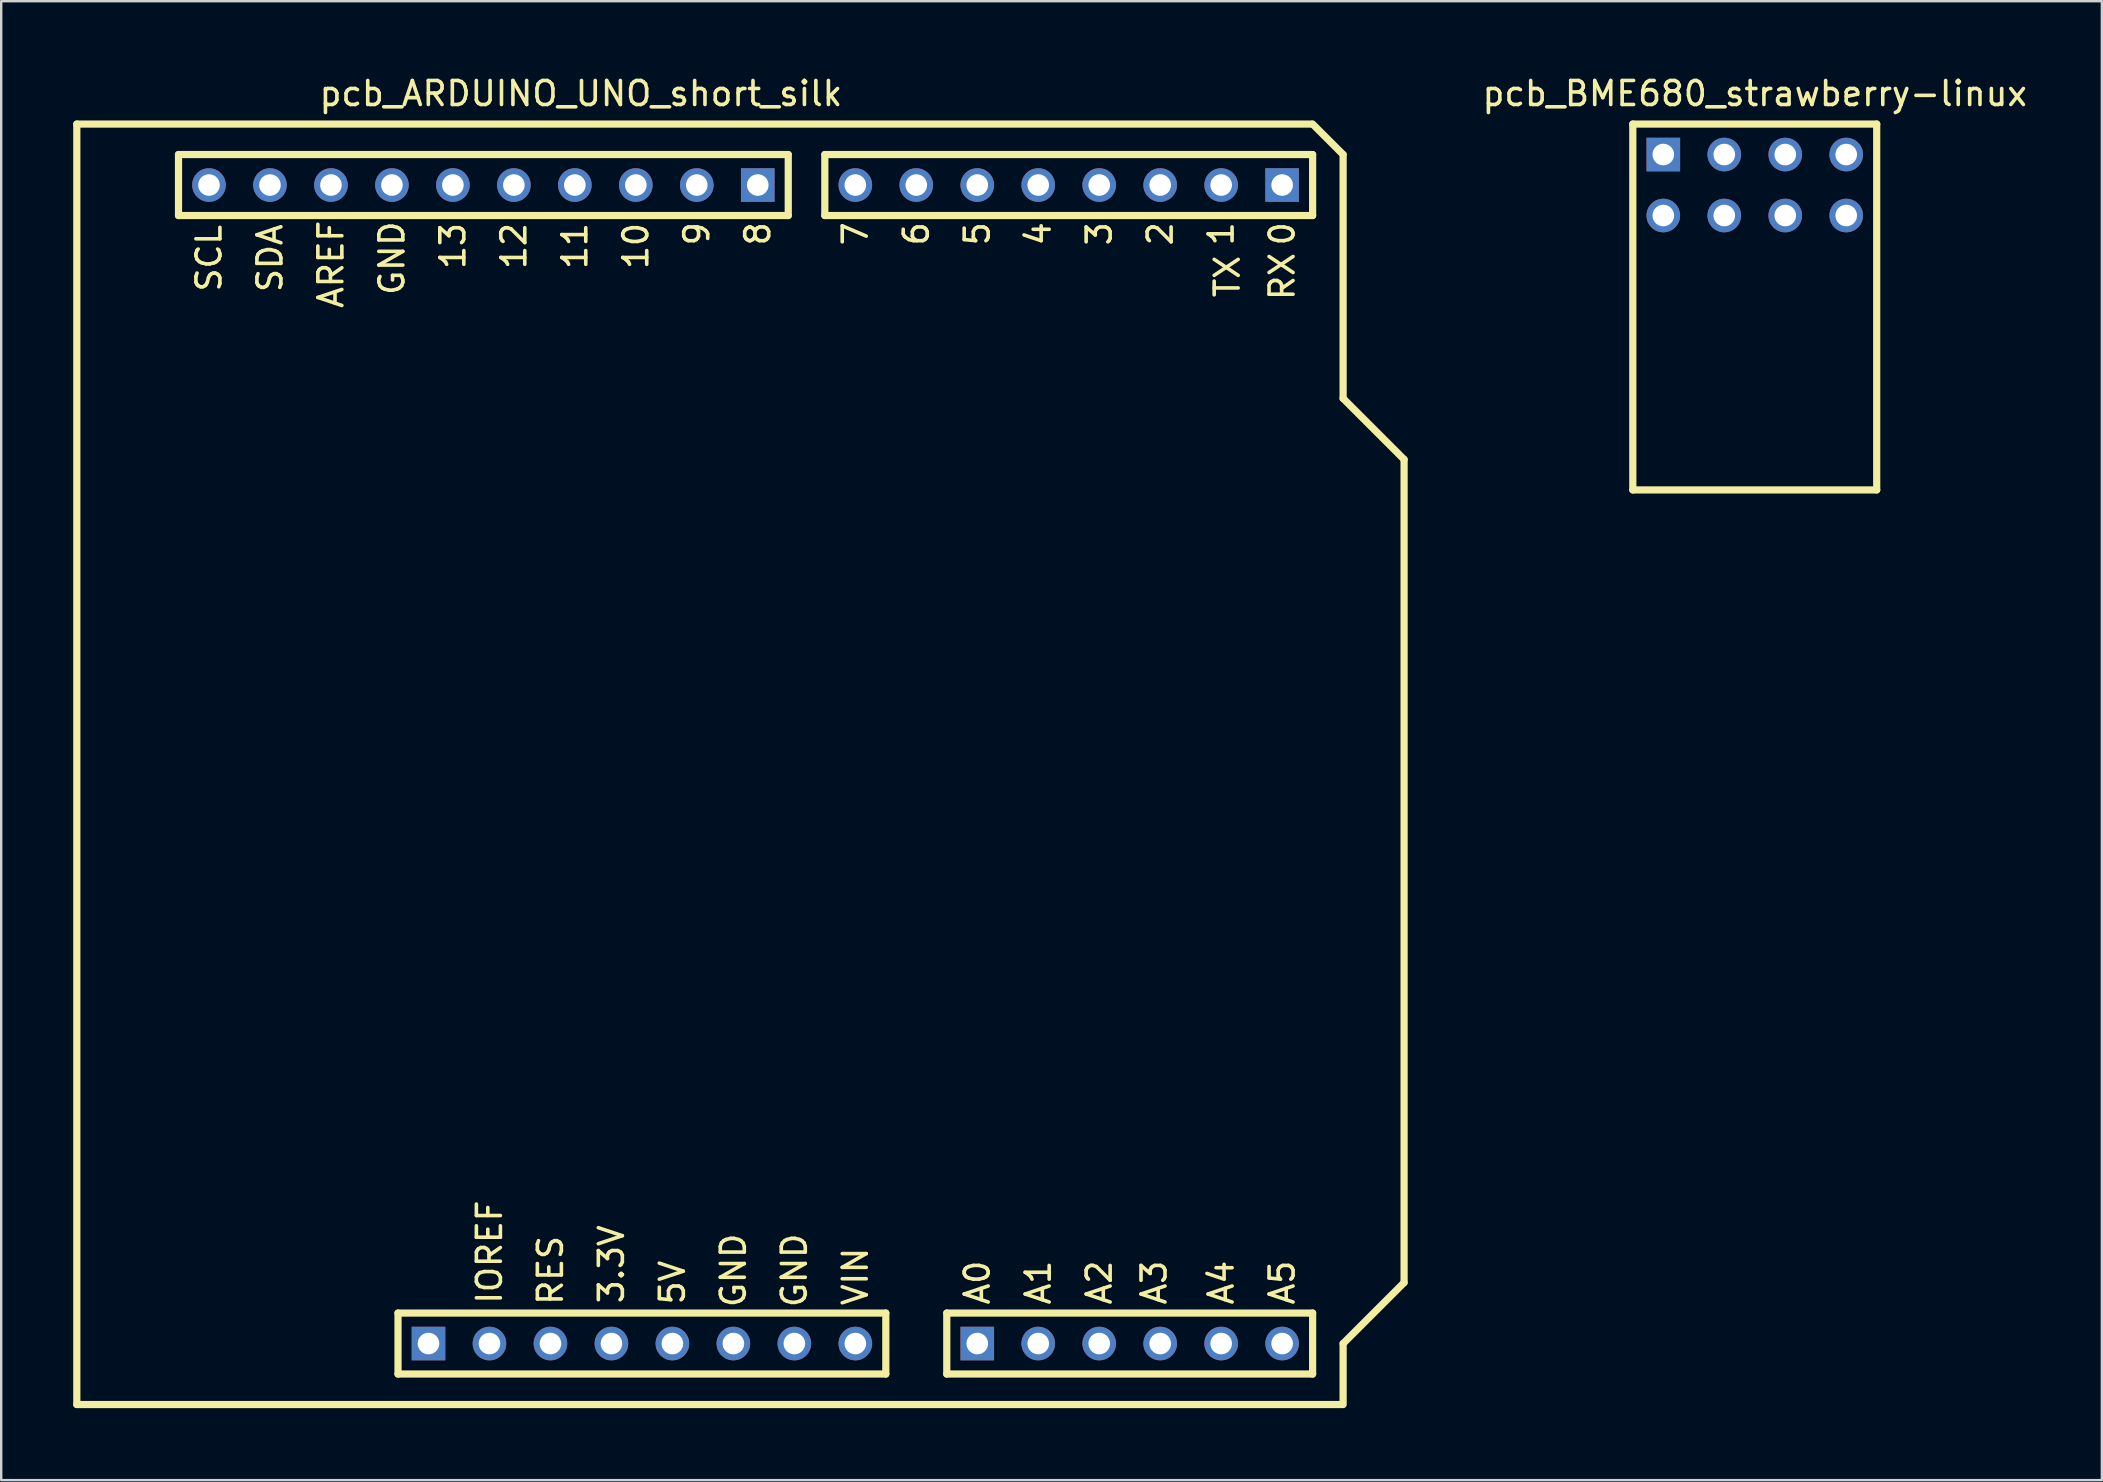
<source format=kicad_pcb>
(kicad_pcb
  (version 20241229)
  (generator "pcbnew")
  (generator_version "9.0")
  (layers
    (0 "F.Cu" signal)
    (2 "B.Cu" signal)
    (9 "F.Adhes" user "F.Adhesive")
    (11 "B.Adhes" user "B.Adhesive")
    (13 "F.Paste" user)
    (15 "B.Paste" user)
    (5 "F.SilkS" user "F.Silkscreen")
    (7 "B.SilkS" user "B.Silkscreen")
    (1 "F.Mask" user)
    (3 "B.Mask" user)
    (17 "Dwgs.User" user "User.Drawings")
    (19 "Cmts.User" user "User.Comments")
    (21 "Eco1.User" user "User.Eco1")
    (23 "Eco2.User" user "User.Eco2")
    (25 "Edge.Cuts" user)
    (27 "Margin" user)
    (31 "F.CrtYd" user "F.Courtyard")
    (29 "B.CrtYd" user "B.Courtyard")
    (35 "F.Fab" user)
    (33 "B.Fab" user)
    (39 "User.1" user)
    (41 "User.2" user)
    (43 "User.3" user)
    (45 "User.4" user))
  (footprint "pcb_ARDUINO_UNO_short_silk"
    (layer "F.Cu")
    (at 21.15 28.788)
    (property "Reference" "pcb_ARDUINO_UNO_short_silk" (at 0 -27.94 0) (layer "F.SilkS") (effects (font (size 1 1) (thickness 0.15))))
    (attr through_hole)
    (fp_line (start -21 -26.67) (end -21 26.67) (stroke (width 0.3) (type solid)) (layer "F.SilkS"))
    (fp_line (start -21 -26.67) (end 30.44 -26.67) (stroke (width 0.3) (type solid)) (layer "F.SilkS"))
    (fp_line (start -21 26.67) (end 31.71 26.67) (stroke (width 0.3) (type solid)) (layer "F.SilkS"))
    (fp_line (start -16.764 -25.4) (end -16.764 -22.86) (stroke (width 0.3) (type solid)) (layer "F.SilkS"))
    (fp_line (start -16.764 -22.86) (end 8.636 -22.86) (stroke (width 0.3) (type solid)) (layer "F.SilkS"))
    (fp_line (start -7.62 22.86) (end -7.62 25.4) (stroke (width 0.3) (type solid)) (layer "F.SilkS"))
    (fp_line (start -7.62 25.4) (end 12.7 25.4) (stroke (width 0.3) (type solid)) (layer "F.SilkS"))
    (fp_line (start 8.636 -25.4) (end -16.764 -25.4) (stroke (width 0.3) (type solid)) (layer "F.SilkS"))
    (fp_line (start 8.636 -22.86) (end 8.636 -25.4) (stroke (width 0.3) (type solid)) (layer "F.SilkS"))
    (fp_line (start 10.16 -25.4) (end 10.16 -22.86) (stroke (width 0.3) (type solid)) (layer "F.SilkS"))
    (fp_line (start 10.16 -22.86) (end 30.48 -22.86) (stroke (width 0.3) (type solid)) (layer "F.SilkS"))
    (fp_line (start 12.7 22.86) (end -7.62 22.86) (stroke (width 0.3) (type solid)) (layer "F.SilkS"))
    (fp_line (start 12.7 25.4) (end 12.7 22.86) (stroke (width 0.3) (type solid)) (layer "F.SilkS"))
    (fp_line (start 15.24 22.86) (end 30.48 22.86) (stroke (width 0.3) (type solid)) (layer "F.SilkS"))
    (fp_line (start 15.24 25.4) (end 15.24 22.86) (stroke (width 0.3) (type solid)) (layer "F.SilkS"))
    (fp_line (start 30.48 -26.67) (end 31.75 -25.4) (stroke (width 0.3) (type solid)) (layer "F.SilkS"))
    (fp_line (start 30.48 -25.4) (end 10.16 -25.4) (stroke (width 0.3) (type solid)) (layer "F.SilkS"))
    (fp_line (start 30.48 -22.86) (end 30.48 -25.4) (stroke (width 0.3) (type solid)) (layer "F.SilkS"))
    (fp_line (start 30.48 22.86) (end 30.48 25.4) (stroke (width 0.3) (type solid)) (layer "F.SilkS"))
    (fp_line (start 30.48 25.4) (end 15.24 25.4) (stroke (width 0.3) (type solid)) (layer "F.SilkS"))
    (fp_line (start 31.75 -25.4) (end 31.75 -15.24) (stroke (width 0.3) (type solid)) (layer "F.SilkS"))
    (fp_line (start 31.75 -15.24) (end 34.29 -12.7) (stroke (width 0.3) (type solid)) (layer "F.SilkS"))
    (fp_line (start 31.75 24.13) (end 34.29 21.59) (stroke (width 0.3) (type solid)) (layer "F.SilkS"))
    (fp_line (start 31.75 26.67) (end 31.75 24.13) (stroke (width 0.3) (type solid)) (layer "F.SilkS"))
    (fp_line (start 34.29 21.59) (end 34.29 -12.7) (stroke (width 0.3) (type solid)) (layer "F.SilkS"))
    (fp_text user "A2" (at 21.59 21.59 90) (layer "F.SilkS") (effects (font (size 1 1) (thickness 0.15))))
    (fp_text user "11" (at -0.254 -21.59 90) (layer "F.SilkS") (effects (font (size 1 1) (thickness 0.15))))
    (fp_text user "8" (at 7.366 -22.098 90) (layer "F.SilkS") (effects (font (size 1 1) (thickness 0.15))))
    (fp_text user "RES" (at -1.27 21.082 90) (layer "F.SilkS") (effects (font (size 1 1) (thickness 0.15))))
    (fp_text user "IOREF" (at -3.81 20.32 90) (layer "F.SilkS") (effects (font (size 1 1) (thickness 0.15))))
    (fp_text user "0" (at 29.21 -22.098 90) (layer "F.SilkS") (effects (font (size 1 1) (thickness 0.15))))
    (fp_text user "3" (at 21.59 -22.098 90) (layer "F.SilkS") (effects (font (size 1 1) (thickness 0.15))))
    (fp_text user "SDA" (at -12.954 -21.082 90) (layer "F.SilkS") (effects (font (size 1 1) (thickness 0.15))))
    (fp_text user "10" (at 2.286 -21.59 90) (layer "F.SilkS") (effects (font (size 1 1) (thickness 0.15))))
    (fp_text user "GND" (at 8.89 21.082 90) (layer "F.SilkS") (effects (font (size 1 1) (thickness 0.15))))
    (fp_text user "A3" (at 23.876 21.59 90) (layer "F.SilkS") (effects (font (size 1 1) (thickness 0.15))))
    (fp_text user "TX" (at 26.924 -20.32 90) (layer "F.SilkS") (effects (font (size 1 1) (thickness 0.15))))
    (fp_text user "RX" (at 29.21 -20.32 90) (layer "F.SilkS") (effects (font (size 1 1) (thickness 0.15))))
    (fp_text user "SCL" (at -15.494 -21.082 90) (layer "F.SilkS") (effects (font (size 1 1) (thickness 0.15))))
    (fp_text user "2" (at 24.13 -22.098 90) (layer "F.SilkS") (effects (font (size 1 1) (thickness 0.15))))
    (fp_text user "VIN" (at 11.43 21.336 90) (layer "F.SilkS") (effects (font (size 1 1) (thickness 0.15))))
    (fp_text user "9" (at 4.826 -22.098 90) (layer "F.SilkS") (effects (font (size 1 1) (thickness 0.15))))
    (fp_text user "A5" (at 29.21 21.59 90) (layer "F.SilkS") (effects (font (size 1 1) (thickness 0.15))))
    (fp_text user "6" (at 13.97 -22.098 90) (layer "F.SilkS") (effects (font (size 1 1) (thickness 0.15))))
    (fp_text user "AREF" (at -10.414 -20.828 90) (layer "F.SilkS") (effects (font (size 1 1) (thickness 0.15))))
    (fp_text user "13" (at -5.334 -21.59 90) (layer "F.SilkS") (effects (font (size 1 1) (thickness 0.15))))
    (fp_text user "5" (at 16.51 -22.098 90) (layer "F.SilkS") (effects (font (size 1 1) (thickness 0.15))))
    (fp_text user "GND" (at 6.35 21.082 90) (layer "F.SilkS") (effects (font (size 1 1) (thickness 0.15))))
    (fp_text user "A4" (at 26.67 21.59 90) (layer "F.SilkS") (effects (font (size 1 1) (thickness 0.15))))
    (fp_text user "5V" (at 3.81 21.59 90) (layer "F.SilkS") (effects (font (size 1 1) (thickness 0.15))))
    (fp_text user "4" (at 19.05 -22.098 90) (layer "F.SilkS") (effects (font (size 1 1) (thickness 0.15))))
    (fp_text user "1" (at 26.67 -22.098 90) (layer "F.SilkS") (effects (font (size 1 1) (thickness 0.15))))
    (fp_text user "7" (at 11.43 -22.098 90) (layer "F.SilkS") (effects (font (size 1 1) (thickness 0.15))))
    (fp_text user "A0" (at 16.51 21.59 90) (layer "F.SilkS") (effects (font (size 1 1) (thickness 0.15))))
    (fp_text user "A1" (at 19.05 21.59 90) (layer "F.SilkS") (effects (font (size 1 1) (thickness 0.15))))
    (fp_text user "12" (at -2.794 -21.59 90) (layer "F.SilkS") (effects (font (size 1 1) (thickness 0.15))))
    (fp_text user "3.3V" (at 1.27 20.828 90) (layer "F.SilkS") (effects (font (size 1 1) (thickness 0.15))))
    (fp_text user "GND" (at -7.874 -21.082 90) (layer "F.SilkS") (effects (font (size 1 1) (thickness 0.15))))
    (pad "1" thru_hole rect (at -6.35 24.13) (size 1.4 1.4) (drill 0.9) (layers "*.Cu" "*.Mask"))
    (pad "2" thru_hole circle (at -3.81 24.13) (size 1.4 1.4) (drill 0.9) (layers "*.Cu" "*.Mask"))
    (pad "3" thru_hole circle (at -1.27 24.13) (size 1.4 1.4) (drill 0.9) (layers "*.Cu" "*.Mask"))
    (pad "4" thru_hole circle (at 1.27 24.13) (size 1.4 1.4) (drill 0.9) (layers "*.Cu" "*.Mask"))
    (pad "5" thru_hole circle (at 3.81 24.13) (size 1.4 1.4) (drill 0.9) (layers "*.Cu" "*.Mask"))
    (pad "6" thru_hole circle (at 6.35 24.13) (size 1.4 1.4) (drill 0.9) (layers "*.Cu" "*.Mask"))
    (pad "7" thru_hole circle (at 8.89 24.13) (size 1.4 1.4) (drill 0.9) (layers "*.Cu" "*.Mask"))
    (pad "8" thru_hole circle (at 11.43 24.13) (size 1.4 1.4) (drill 0.9) (layers "*.Cu" "*.Mask"))
    (pad "9" thru_hole rect (at 16.51 24.13) (size 1.4 1.4) (drill 0.9) (layers "*.Cu" "*.Mask"))
    (pad "10" thru_hole circle (at 19.05 24.13) (size 1.4 1.4) (drill 0.9) (layers "*.Cu" "*.Mask"))
    (pad "11" thru_hole circle (at 21.59 24.13) (size 1.4 1.4) (drill 0.9) (layers "*.Cu" "*.Mask"))
    (pad "12" thru_hole circle (at 24.13 24.13) (size 1.4 1.4) (drill 0.9) (layers "*.Cu" "*.Mask"))
    (pad "13" thru_hole circle (at 26.67 24.13) (size 1.4 1.4) (drill 0.9) (layers "*.Cu" "*.Mask"))
    (pad "14" thru_hole circle (at 29.21 24.13) (size 1.4 1.4) (drill 0.9) (layers "*.Cu" "*.Mask"))
    (pad "15" thru_hole rect (at 29.21 -24.13) (size 1.4 1.4) (drill 0.9) (layers "*.Cu" "*.Mask"))
    (pad "16" thru_hole circle (at 26.67 -24.13) (size 1.4 1.4) (drill 0.9) (layers "*.Cu" "*.Mask"))
    (pad "17" thru_hole circle (at 24.13 -24.13) (size 1.4 1.4) (drill 0.9) (layers "*.Cu" "*.Mask"))
    (pad "18" thru_hole circle (at 21.59 -24.13) (size 1.4 1.4) (drill 0.9) (layers "*.Cu" "*.Mask"))
    (pad "19" thru_hole circle (at 19.05 -24.13) (size 1.4 1.4) (drill 0.9) (layers "*.Cu" "*.Mask"))
    (pad "20" thru_hole circle (at 16.51 -24.13) (size 1.4 1.4) (drill 0.9) (layers "*.Cu" "*.Mask"))
    (pad "21" thru_hole circle (at 13.97 -24.13) (size 1.4 1.4) (drill 0.9) (layers "*.Cu" "*.Mask"))
    (pad "22" thru_hole circle (at 11.43 -24.13) (size 1.4 1.4) (drill 0.9) (layers "*.Cu" "*.Mask"))
    (pad "23" thru_hole rect (at 7.366 -24.13) (size 1.4 1.4) (drill 0.9) (layers "*.Cu" "*.Mask"))
    (pad "24" thru_hole circle (at 4.826 -24.13) (size 1.4 1.4) (drill 0.9) (layers "*.Cu" "*.Mask"))
    (pad "25" thru_hole circle (at 2.286 -24.13) (size 1.4 1.4) (drill 0.9) (layers "*.Cu" "*.Mask"))
    (pad "26" thru_hole circle (at -0.254 -24.13) (size 1.4 1.4) (drill 0.9) (layers "*.Cu" "*.Mask"))
    (pad "27" thru_hole circle (at -2.794 -24.13) (size 1.4 1.4) (drill 0.9) (layers "*.Cu" "*.Mask"))
    (pad "28" thru_hole circle (at -5.334 -24.13) (size 1.4 1.4) (drill 0.9) (layers "*.Cu" "*.Mask"))
    (pad "29" thru_hole circle (at -7.874 -24.13) (size 1.4 1.4) (drill 0.9) (layers "*.Cu" "*.Mask"))
    (pad "30" thru_hole circle (at -10.414 -24.13) (size 1.4 1.4) (drill 0.9) (layers "*.Cu" "*.Mask"))
    (pad "31" thru_hole circle (at -12.954 -24.13) (size 1.4 1.4) (drill 0.9) (layers "*.Cu" "*.Mask"))
    (pad "32" thru_hole circle (at -15.494 -24.13) (size 1.4 1.4) (drill 0.9) (layers "*.Cu" "*.Mask")))
  (footprint "pcb_BME680_strawberry-linux"
    (layer "F.Cu")
    (at 70.048 4.658)
    (property "Reference" "pcb_BME680_strawberry-linux" (at 0 -3.81 0) (layer "F.SilkS") (effects (font (size 1 1) (thickness 0.15))))
    (attr through_hole)
    (fp_line (start -5.08 -2.54) (end -5.08 12.7) (stroke (width 0.3) (type solid)) (layer "F.SilkS"))
    (fp_line (start -5.08 12.7) (end 5.08 12.7) (stroke (width 0.3) (type solid)) (layer "F.SilkS"))
    (fp_line (start 5.08 -2.54) (end -5.08 -2.54) (stroke (width 0.3) (type solid)) (layer "F.SilkS"))
    (fp_line (start 5.08 12.7) (end 5.08 -2.54) (stroke (width 0.3) (type solid)) (layer "F.SilkS"))
    (pad "1" thru_hole rect (at -3.81 -1.27) (size 1.4 1.4) (drill 0.9) (layers "*.Cu" "*.Mask"))
    (pad "2" thru_hole circle (at -1.27 -1.27) (size 1.4 1.4) (drill 0.9) (layers "*.Cu" "*.Mask"))
    (pad "3" thru_hole circle (at 1.27 -1.27) (size 1.4 1.4) (drill 0.9) (layers "*.Cu" "*.Mask"))
    (pad "4" thru_hole circle (at 3.81 -1.27) (size 1.4 1.4) (drill 0.9) (layers "*.Cu" "*.Mask"))
    (pad "5" thru_hole circle (at -3.81 1.27) (size 1.4 1.4) (drill 0.9) (layers "*.Cu" "*.Mask"))
    (pad "6" thru_hole circle (at -1.27 1.27) (size 1.4 1.4) (drill 0.9) (layers "*.Cu" "*.Mask"))
    (pad "7" thru_hole circle (at 1.27 1.27) (size 1.4 1.4) (drill 0.9) (layers "*.Cu" "*.Mask"))
    (pad "8" thru_hole circle (at 3.81 1.27) (size 1.4 1.4) (drill 0.9) (layers "*.Cu" "*.Mask")))
  (gr_rect
    (start -3 -3)
    (end 84.507 58.608)
    (stroke (width 0.1) (type default))
    (fill no)
    (layer "Edge.Cuts")))
</source>
